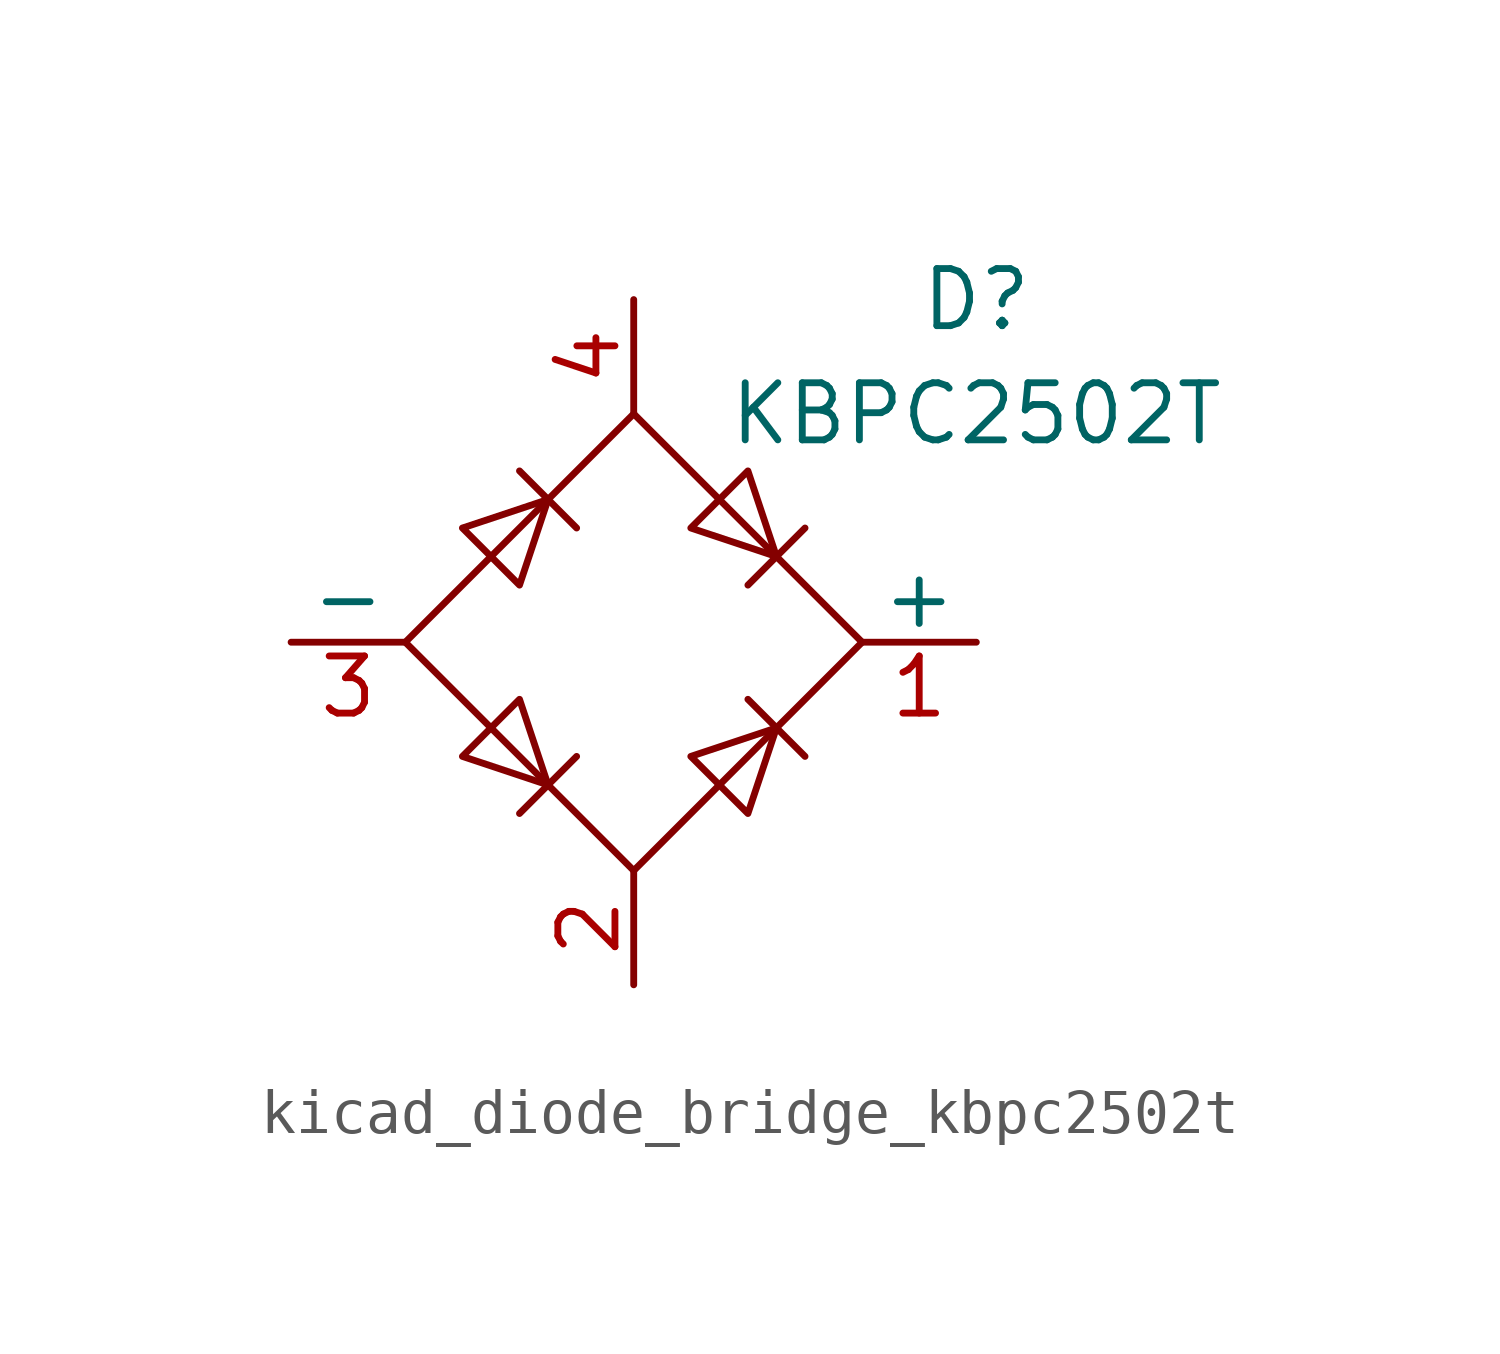
<source format=kicad_sym>
(kicad_symbol_lib
  (version 20220914)
  (generator kicad_symbol_editor)
  (symbol "kicad_diode_bridge_kbpc2502t"
    (pin_names
      (offset 0))
    (property "Reference" "D"
      (at 7.62 7.62 0)
      (effects (font (size 1.27 1.27))))
    (property "Value" "KBPC2502T"
      (at 7.62 5.08 0)
      (effects (font (size 1.27 1.27))))
    (symbol "kicad_diode_bridge_kbpc2502t_0_1"
      (polyline (pts (xy -2.54 3.81) (xy -1.27 2.54)) (stroke (width 0) (type default)) (fill (type none)))
      (polyline (pts (xy -1.27 -2.54) (xy -2.54 -3.81)) (stroke (width 0) (type default)) (fill (type none)))
      (polyline (pts (xy 2.54 -1.27) (xy 3.81 -2.54)) (stroke (width 0) (type default)) (fill (type none)))
      (polyline (pts (xy 2.54 1.27) (xy 3.81 2.54)) (stroke (width 0) (type default)) (fill (type none)))
      (polyline (pts (xy -3.81 2.54) (xy -2.54 1.27) (xy -1.905 3.175) (xy -3.81 2.54)) (stroke (width 0) (type default)) (fill (type none)))
      (polyline (pts (xy -2.54 -1.27) (xy -3.81 -2.54) (xy -1.905 -3.175) (xy -2.54 -1.27)) (stroke (width 0) (type default)) (fill (type none)))
      (polyline (pts (xy 1.27 2.54) (xy 2.54 3.81) (xy 3.175 1.905) (xy 1.27 2.54)) (stroke (width 0) (type default)) (fill (type none)))
      (polyline (pts (xy 3.175 -1.905) (xy 1.27 -2.54) (xy 2.54 -3.81) (xy 3.175 -1.905)) (stroke (width 0) (type default)) (fill (type none)))
      (polyline (pts (xy -5.08 0) (xy 0 -5.08) (xy 5.08 0) (xy 0 5.08) (xy -5.08 0)) (stroke (width 0) (type default)) (fill (type none))))
    (symbol "kicad_diode_bridge_kbpc2502t_1_1"
      (pin passive line (at 7.62 0 180) (length 2.54) (name "+" (effects (font (size 1.27 1.27)))) (number "1" (effects (font (size 1.27 1.27)))))
      (pin passive line (at 0 -7.62 90) (length 2.54) (name "~" (effects (font (size 1.27 1.27)))) (number "2" (effects (font (size 1.27 1.27)))))
      (pin passive line (at -7.62 0 0) (length 2.54) (name "-" (effects (font (size 1.27 1.27)))) (number "3" (effects (font (size 1.27 1.27)))))
      (pin passive line (at 0 7.62 270) (length 2.54) (name "~" (effects (font (size 1.27 1.27)))) (number "4" (effects (font (size 1.27 1.27))))))))
</source>
